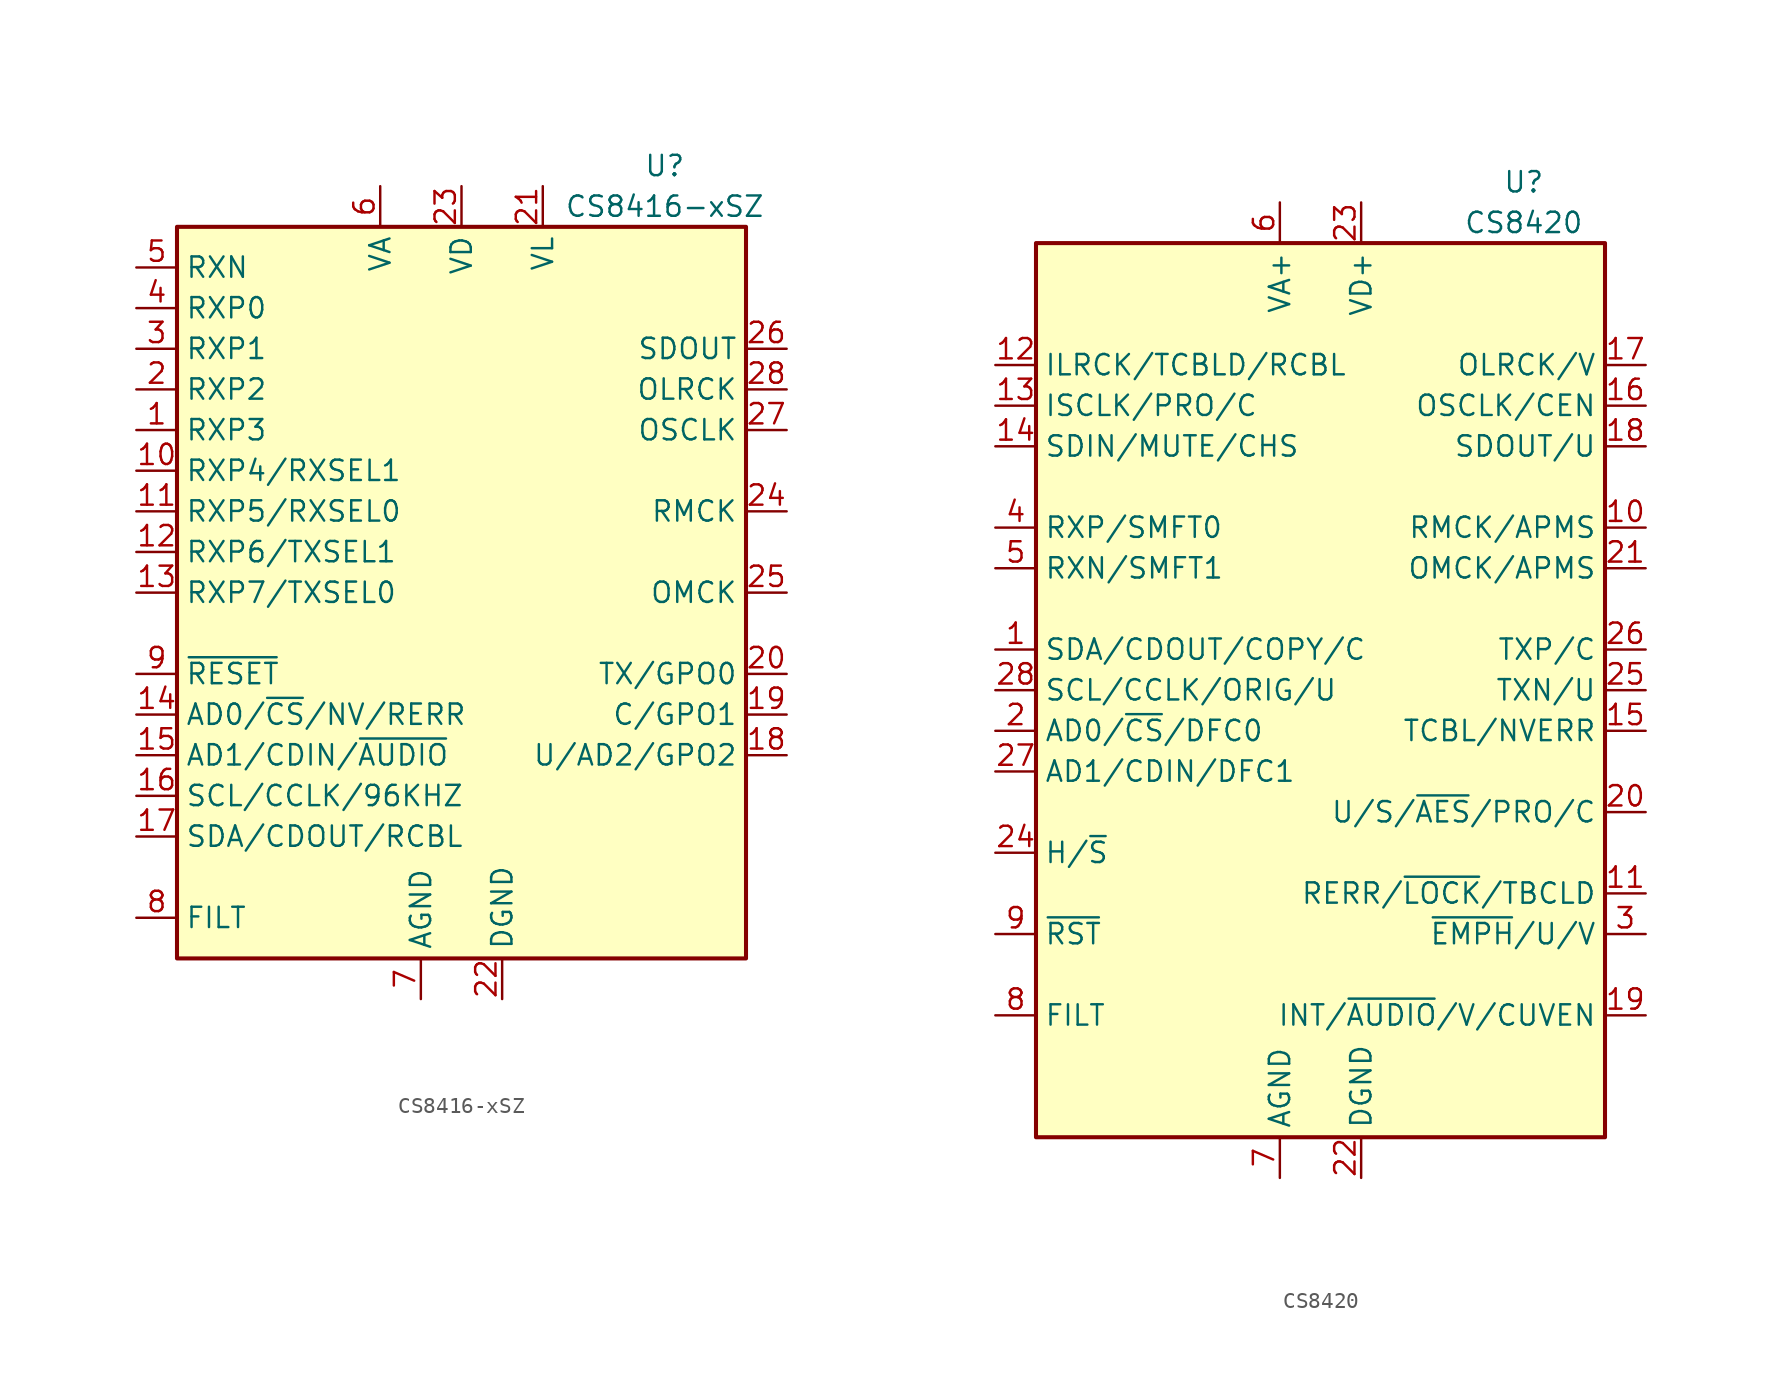
<source format=kicad_sym>
(kicad_symbol_lib
  (version 20201005)
  (generator kicad_symbol_editor)
  (symbol "CS8416-xSZ"
    (property "Reference" "U"
      (at 12.7 26.67 0)
      (effects (font (size 1.27 1.27))))
    (property "Value" "CS8416-xSZ"
      (at 12.7 24.13 0)
      (effects (font (size 1.27 1.27))))
    (symbol "CS8416-xSZ_0_1"
      (rectangle (start -17.78 22.86) (end 17.78 -22.86) (stroke (width 0.254)) (fill (type background))))
    (symbol "CS8416-xSZ_1_1"
      (pin input line (at -20.32 10.16 0) (length 2.54) (name "RXP3" (effects (font (size 1.27 1.27)))) (number "1" (effects (font (size 1.27 1.27)))))
      (pin input line (at -20.32 7.62 0) (length 2.54) (name "RXP4/RXSEL1" (effects (font (size 1.27 1.27)))) (number "10" (effects (font (size 1.27 1.27)))))
      (pin input line (at -20.32 5.08 0) (length 2.54) (name "RXP5/RXSEL0" (effects (font (size 1.27 1.27)))) (number "11" (effects (font (size 1.27 1.27)))))
      (pin input line (at -20.32 2.54 0) (length 2.54) (name "RXP6/TXSEL1" (effects (font (size 1.27 1.27)))) (number "12" (effects (font (size 1.27 1.27)))))
      (pin input line (at -20.32 0 0) (length 2.54) (name "RXP7/TXSEL0" (effects (font (size 1.27 1.27)))) (number "13" (effects (font (size 1.27 1.27)))))
      (pin input line (at -20.32 -7.62 0) (length 2.54) (name "AD0/~CS~/NV/RERR" (effects (font (size 1.27 1.27)))) (number "14" (effects (font (size 1.27 1.27)))))
      (pin input line (at -20.32 -10.16 0) (length 2.54) (name "AD1/CDIN/~AUDIO" (effects (font (size 1.27 1.27)))) (number "15" (effects (font (size 1.27 1.27)))))
      (pin input line (at -20.32 -12.7 0) (length 2.54) (name "SCL/CCLK/96KHZ" (effects (font (size 1.27 1.27)))) (number "16" (effects (font (size 1.27 1.27)))))
      (pin bidirectional line (at -20.32 -15.24 0) (length 2.54) (name "SDA/CDOUT/RCBL" (effects (font (size 1.27 1.27)))) (number "17" (effects (font (size 1.27 1.27)))))
      (pin output line (at 20.32 -10.16 180) (length 2.54) (name "U/AD2/GPO2" (effects (font (size 1.27 1.27)))) (number "18" (effects (font (size 1.27 1.27)))))
      (pin output line (at 20.32 -7.62 180) (length 2.54) (name "C/GPO1" (effects (font (size 1.27 1.27)))) (number "19" (effects (font (size 1.27 1.27)))))
      (pin input line (at -20.32 12.7 0) (length 2.54) (name "RXP2" (effects (font (size 1.27 1.27)))) (number "2" (effects (font (size 1.27 1.27)))))
      (pin output line (at 20.32 -5.08 180) (length 2.54) (name "TX/GPO0" (effects (font (size 1.27 1.27)))) (number "20" (effects (font (size 1.27 1.27)))))
      (pin power_in line (at 5.08 25.4 270) (length 2.54) (name "VL" (effects (font (size 1.27 1.27)))) (number "21" (effects (font (size 1.27 1.27)))))
      (pin power_in line (at 2.54 -25.4 90) (length 2.54) (name "DGND" (effects (font (size 1.27 1.27)))) (number "22" (effects (font (size 1.27 1.27)))))
      (pin power_in line (at 0 25.4 270) (length 2.54) (name "VD" (effects (font (size 1.27 1.27)))) (number "23" (effects (font (size 1.27 1.27)))))
      (pin output line (at 20.32 5.08 180) (length 2.54) (name "RMCK" (effects (font (size 1.27 1.27)))) (number "24" (effects (font (size 1.27 1.27)))))
      (pin input line (at 20.32 0 180) (length 2.54) (name "OMCK" (effects (font (size 1.27 1.27)))) (number "25" (effects (font (size 1.27 1.27)))))
      (pin output line (at 20.32 15.24 180) (length 2.54) (name "SDOUT" (effects (font (size 1.27 1.27)))) (number "26" (effects (font (size 1.27 1.27)))))
      (pin bidirectional line (at 20.32 10.16 180) (length 2.54) (name "OSCLK" (effects (font (size 1.27 1.27)))) (number "27" (effects (font (size 1.27 1.27)))))
      (pin bidirectional line (at 20.32 12.7 180) (length 2.54) (name "OLRCK" (effects (font (size 1.27 1.27)))) (number "28" (effects (font (size 1.27 1.27)))))
      (pin input line (at -20.32 15.24 0) (length 2.54) (name "RXP1" (effects (font (size 1.27 1.27)))) (number "3" (effects (font (size 1.27 1.27)))))
      (pin input line (at -20.32 17.78 0) (length 2.54) (name "RXP0" (effects (font (size 1.27 1.27)))) (number "4" (effects (font (size 1.27 1.27)))))
      (pin input line (at -20.32 20.32 0) (length 2.54) (name "RXN" (effects (font (size 1.27 1.27)))) (number "5" (effects (font (size 1.27 1.27)))))
      (pin power_in line (at -5.08 25.4 270) (length 2.54) (name "VA" (effects (font (size 1.27 1.27)))) (number "6" (effects (font (size 1.27 1.27)))))
      (pin power_in line (at -2.54 -25.4 90) (length 2.54) (name "AGND" (effects (font (size 1.27 1.27)))) (number "7" (effects (font (size 1.27 1.27)))))
      (pin passive line (at -20.32 -20.32 0) (length 2.54) (name "FILT" (effects (font (size 1.27 1.27)))) (number "8" (effects (font (size 1.27 1.27)))))
      (pin input line (at -20.32 -5.08 0) (length 2.54) (name "~RESET" (effects (font (size 1.27 1.27)))) (number "9" (effects (font (size 1.27 1.27)))))))
  (symbol "CS8420"
    (property "Reference" "U"
      (at 12.7 31.75 0)
      (effects (font (size 1.27 1.27))))
    (property "Value" "CS8420"
      (at 12.7 29.21 0)
      (effects (font (size 1.27 1.27))))
    (symbol "CS8420_0_1"
      (rectangle (start -17.78 27.94) (end 17.78 -27.94) (stroke (width 0.254)) (fill (type background))))
    (symbol "CS8420_1_1"
      (pin bidirectional line (at -20.32 2.54 0) (length 2.54) (name "SDA/CDOUT/COPY/C" (effects (font (size 1.27 1.27)))) (number "1" (effects (font (size 1.27 1.27)))))
      (pin bidirectional line (at 20.32 10.16 180) (length 2.54) (name "RMCK/APMS" (effects (font (size 1.27 1.27)))) (number "10" (effects (font (size 1.27 1.27)))))
      (pin output line (at 20.32 -12.7 180) (length 2.54) (name "RERR/~LOCK~/TBCLD" (effects (font (size 1.27 1.27)))) (number "11" (effects (font (size 1.27 1.27)))))
      (pin bidirectional line (at -20.32 20.32 0) (length 2.54) (name "ILRCK/TCBLD/RCBL" (effects (font (size 1.27 1.27)))) (number "12" (effects (font (size 1.27 1.27)))))
      (pin bidirectional line (at -20.32 17.78 0) (length 2.54) (name "ISCLK/PRO/C" (effects (font (size 1.27 1.27)))) (number "13" (effects (font (size 1.27 1.27)))))
      (pin input line (at -20.32 15.24 0) (length 2.54) (name "SDIN/MUTE/CHS" (effects (font (size 1.27 1.27)))) (number "14" (effects (font (size 1.27 1.27)))))
      (pin bidirectional line (at 20.32 -2.54 180) (length 2.54) (name "TCBL/NVERR" (effects (font (size 1.27 1.27)))) (number "15" (effects (font (size 1.27 1.27)))))
      (pin bidirectional line (at 20.32 17.78 180) (length 2.54) (name "OSCLK/CEN" (effects (font (size 1.27 1.27)))) (number "16" (effects (font (size 1.27 1.27)))))
      (pin bidirectional line (at 20.32 20.32 180) (length 2.54) (name "OLRCK/V" (effects (font (size 1.27 1.27)))) (number "17" (effects (font (size 1.27 1.27)))))
      (pin bidirectional line (at 20.32 15.24 180) (length 2.54) (name "SDOUT/U" (effects (font (size 1.27 1.27)))) (number "18" (effects (font (size 1.27 1.27)))))
      (pin bidirectional line (at 20.32 -20.32 180) (length 2.54) (name "INT/~AUDIO~/V/CUVEN" (effects (font (size 1.27 1.27)))) (number "19" (effects (font (size 1.27 1.27)))))
      (pin input line (at -20.32 -2.54 0) (length 2.54) (name "AD0/~CS~/DFC0" (effects (font (size 1.27 1.27)))) (number "2" (effects (font (size 1.27 1.27)))))
      (pin bidirectional line (at 20.32 -7.62 180) (length 2.54) (name "U/S/~AES~/PRO/C" (effects (font (size 1.27 1.27)))) (number "20" (effects (font (size 1.27 1.27)))))
      (pin input line (at 20.32 7.62 180) (length 2.54) (name "OMCK/APMS" (effects (font (size 1.27 1.27)))) (number "21" (effects (font (size 1.27 1.27)))))
      (pin power_in line (at 2.54 -30.48 90) (length 2.54) (name "DGND" (effects (font (size 1.27 1.27)))) (number "22" (effects (font (size 1.27 1.27)))))
      (pin power_in line (at 2.54 30.48 270) (length 2.54) (name "VD+" (effects (font (size 1.27 1.27)))) (number "23" (effects (font (size 1.27 1.27)))))
      (pin input line (at -20.32 -10.16 0) (length 2.54) (name "H/~S" (effects (font (size 1.27 1.27)))) (number "24" (effects (font (size 1.27 1.27)))))
      (pin output line (at 20.32 0 180) (length 2.54) (name "TXN/U" (effects (font (size 1.27 1.27)))) (number "25" (effects (font (size 1.27 1.27)))))
      (pin output line (at 20.32 2.54 180) (length 2.54) (name "TXP/C" (effects (font (size 1.27 1.27)))) (number "26" (effects (font (size 1.27 1.27)))))
      (pin input line (at -20.32 -5.08 0) (length 2.54) (name "AD1/CDIN/DFC1" (effects (font (size 1.27 1.27)))) (number "27" (effects (font (size 1.27 1.27)))))
      (pin bidirectional line (at -20.32 0 0) (length 2.54) (name "SCL/CCLK/ORIG/U" (effects (font (size 1.27 1.27)))) (number "28" (effects (font (size 1.27 1.27)))))
      (pin bidirectional line (at 20.32 -15.24 180) (length 2.54) (name "~EMPH~/U/V" (effects (font (size 1.27 1.27)))) (number "3" (effects (font (size 1.27 1.27)))))
      (pin input line (at -20.32 10.16 0) (length 2.54) (name "RXP/SMFT0" (effects (font (size 1.27 1.27)))) (number "4" (effects (font (size 1.27 1.27)))))
      (pin input line (at -20.32 7.62 0) (length 2.54) (name "RXN/SMFT1" (effects (font (size 1.27 1.27)))) (number "5" (effects (font (size 1.27 1.27)))))
      (pin power_in line (at -2.54 30.48 270) (length 2.54) (name "VA+" (effects (font (size 1.27 1.27)))) (number "6" (effects (font (size 1.27 1.27)))))
      (pin power_in line (at -2.54 -30.48 90) (length 2.54) (name "AGND" (effects (font (size 1.27 1.27)))) (number "7" (effects (font (size 1.27 1.27)))))
      (pin passive line (at -20.32 -20.32 0) (length 2.54) (name "FILT" (effects (font (size 1.27 1.27)))) (number "8" (effects (font (size 1.27 1.27)))))
      (pin input line (at -20.32 -15.24 0) (length 2.54) (name "~RST" (effects (font (size 1.27 1.27)))) (number "9" (effects (font (size 1.27 1.27))))))))
</source>
